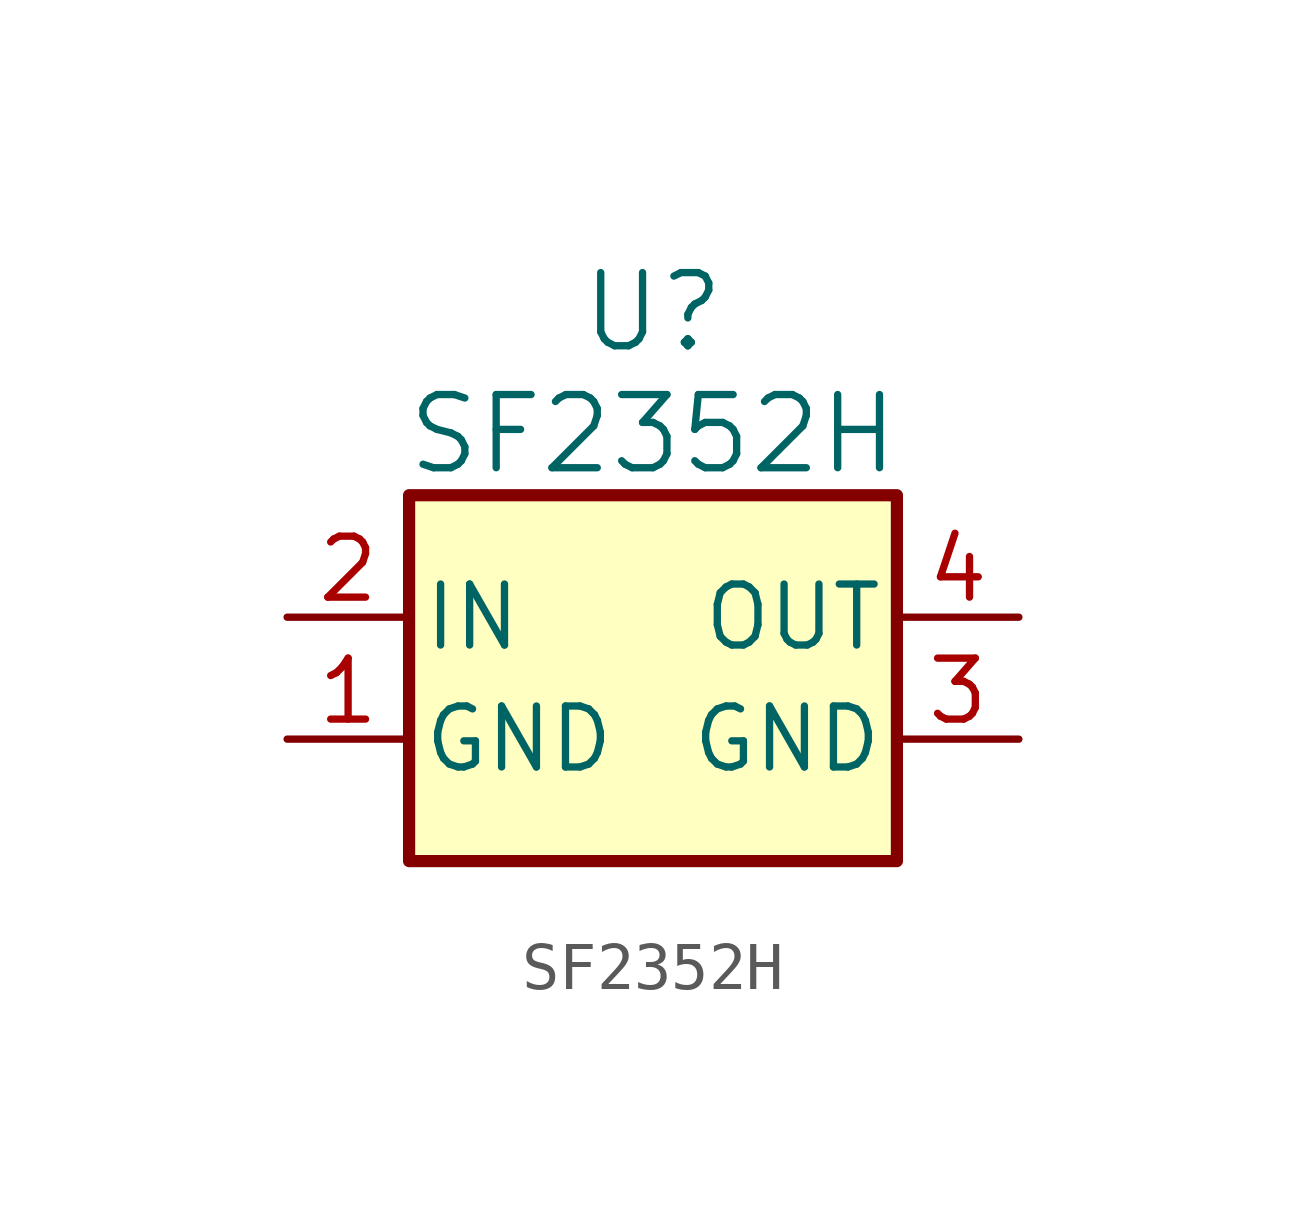
<source format=kicad_sym>
(kicad_symbol_lib
  (version 20220914)
  (generator kicad_symbol_editor)
  (symbol "SF2352H"
    (pin_names
      (offset 0.254))
    (property "Reference" "U"
      (at 0 7.62 0)
      (effects (font (size 1.524 1.524))))
    (property "Value" "SF2352H"
      (at 0 5.08 0)
      (effects (font (size 1.524 1.524))))
    (property "ki_locked" ""
      (at 0 0 0)
      (effects (font (size 1.27 1.27))))
    (symbol "SF2352H_1_1"
      (rectangle (start -5.08 3.81) (end 5.08 -3.81) (stroke (width 0.254) (type default)) (fill (type background)))
      (pin power_out line (at -7.62 -1.27 0) (length 2.54) (name "GND" (effects (font (size 1.27 1.27)))) (number "1" (effects (font (size 1.27 1.27)))))
      (pin input line (at -7.62 1.27 0) (length 2.54) (name "IN" (effects (font (size 1.27 1.27)))) (number "2" (effects (font (size 1.27 1.27)))))
      (pin power_out line (at 7.62 -1.27 180) (length 2.54) (name "GND" (effects (font (size 1.27 1.27)))) (number "3" (effects (font (size 1.27 1.27)))))
      (pin output line (at 7.62 1.27 180) (length 2.54) (name "OUT" (effects (font (size 1.27 1.27)))) (number "4" (effects (font (size 1.27 1.27))))))))
</source>
